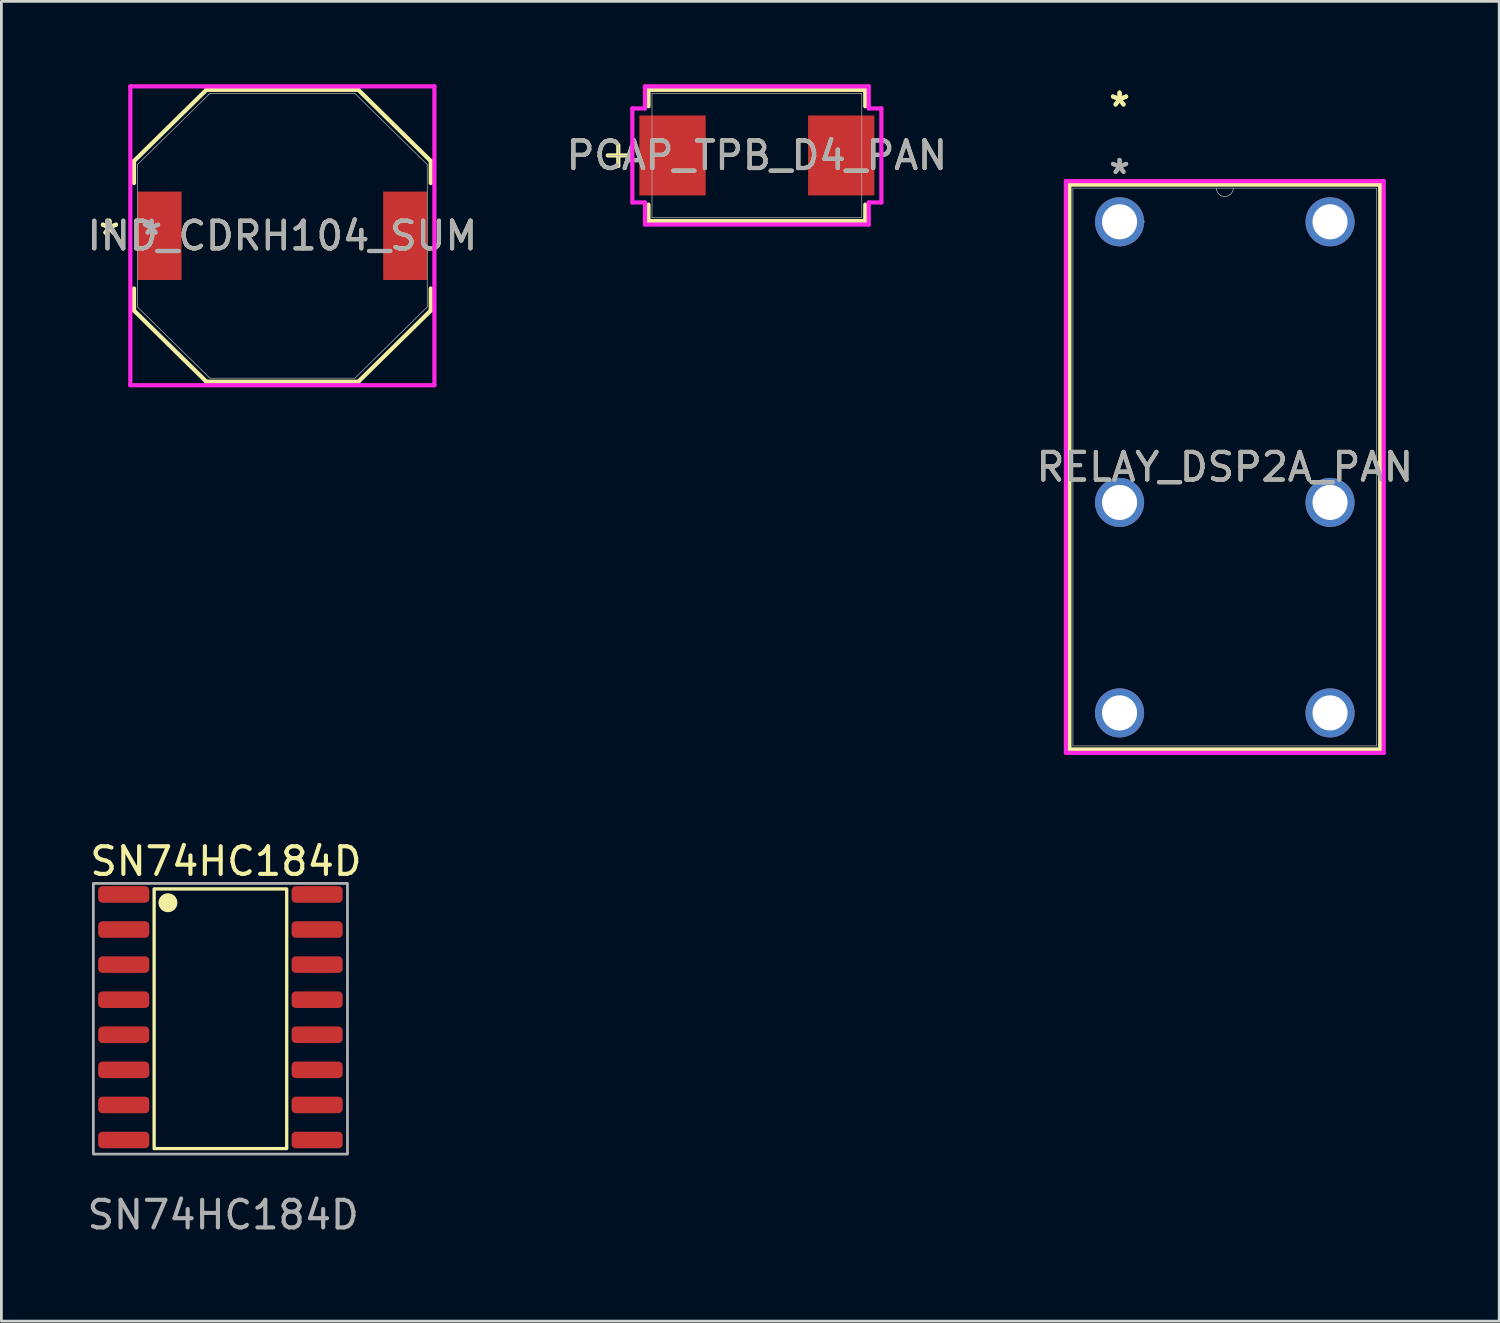
<source format=kicad_pcb>
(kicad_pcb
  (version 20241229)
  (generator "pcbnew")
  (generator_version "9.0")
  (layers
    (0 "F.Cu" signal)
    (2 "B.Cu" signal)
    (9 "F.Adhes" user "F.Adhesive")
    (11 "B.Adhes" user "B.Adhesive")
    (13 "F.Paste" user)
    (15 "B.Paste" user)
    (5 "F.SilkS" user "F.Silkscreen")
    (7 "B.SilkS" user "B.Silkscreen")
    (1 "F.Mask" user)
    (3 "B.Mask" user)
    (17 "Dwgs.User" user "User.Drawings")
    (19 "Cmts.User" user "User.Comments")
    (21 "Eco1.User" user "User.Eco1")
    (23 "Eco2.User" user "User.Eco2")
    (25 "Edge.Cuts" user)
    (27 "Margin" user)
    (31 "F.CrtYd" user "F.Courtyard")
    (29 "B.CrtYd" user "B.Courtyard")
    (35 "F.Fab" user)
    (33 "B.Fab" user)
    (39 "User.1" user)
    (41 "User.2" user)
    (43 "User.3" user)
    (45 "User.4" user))
  (footprint "IND_CDRH104_SUM"
    (layer "F.Cu")
    (at 7.173 5.486)
    (property "Reference" "IND_CDRH104_SUM" (at 0 0 0) (unlocked yes) (layer "F.SilkS") (effects (font (size 1 1) (thickness 0.15))))
    (attr smd)
    (fp_line (start -5.372 -2.705) (end -5.372 -1.91) (stroke (width 0.152) (type solid)) (layer "F.SilkS"))
    (fp_line (start -5.372 1.91) (end -5.372 2.705) (stroke (width 0.152) (type solid)) (layer "F.SilkS"))
    (fp_line (start -5.372 2.705) (end -2.75 5.283) (stroke (width 0.152) (type solid)) (layer "F.SilkS"))
    (fp_line (start -2.75 -5.283) (end -5.372 -2.705) (stroke (width 0.152) (type solid)) (layer "F.SilkS"))
    (fp_line (start -2.75 5.283) (end 2.75 5.283) (stroke (width 0.152) (type solid)) (layer "F.SilkS"))
    (fp_line (start 2.75 -5.283) (end -2.75 -5.283) (stroke (width 0.152) (type solid)) (layer "F.SilkS"))
    (fp_line (start 2.75 5.283) (end 5.372 2.705) (stroke (width 0.152) (type solid)) (layer "F.SilkS"))
    (fp_line (start 5.372 -2.705) (end 2.75 -5.283) (stroke (width 0.152) (type solid)) (layer "F.SilkS"))
    (fp_line (start 5.372 -1.91) (end 5.372 -2.705) (stroke (width 0.152) (type solid)) (layer "F.SilkS"))
    (fp_line (start 5.372 2.705) (end 5.372 1.91) (stroke (width 0.152) (type solid)) (layer "F.SilkS"))
    (fp_line (start -5.504 -5.41) (end 5.504 -5.41) (stroke (width 0.152) (type solid)) (layer "F.CrtYd"))
    (fp_line (start -5.504 5.41) (end -5.504 -5.41) (stroke (width 0.152) (type solid)) (layer "F.CrtYd"))
    (fp_line (start 5.504 -5.41) (end 5.504 5.41) (stroke (width 0.152) (type solid)) (layer "F.CrtYd"))
    (fp_line (start 5.504 5.41) (end -5.504 5.41) (stroke (width 0.152) (type solid)) (layer "F.CrtYd"))
    (fp_line (start -5.245 -2.578) (end -5.245 2.578) (stroke (width 0.025) (type solid)) (layer "F.Fab"))
    (fp_line (start -5.245 2.578) (end -2.623 5.156) (stroke (width 0.025) (type solid)) (layer "F.Fab"))
    (fp_line (start -2.623 -5.156) (end -5.245 -2.578) (stroke (width 0.025) (type solid)) (layer "F.Fab"))
    (fp_line (start -2.623 5.156) (end 2.623 5.156) (stroke (width 0.025) (type solid)) (layer "F.Fab"))
    (fp_line (start 2.623 -5.156) (end -2.623 -5.156) (stroke (width 0.025) (type solid)) (layer "F.Fab"))
    (fp_line (start 2.623 5.156) (end 5.245 2.578) (stroke (width 0.025) (type solid)) (layer "F.Fab"))
    (fp_line (start 5.245 -2.578) (end 2.623 -5.156) (stroke (width 0.025) (type solid)) (layer "F.Fab"))
    (fp_line (start 5.245 2.578) (end 5.245 -2.578) (stroke (width 0.025) (type solid)) (layer "F.Fab"))
    (fp_text user "*" (at -6.261 0 0) (unlocked yes) (layer "F.SilkS") (effects (font (size 1 1) (thickness 0.15))))
    (fp_text user "*" (at -6.261 0 0) (layer "F.SilkS") (effects (font (size 1 1) (thickness 0.15))))
    (fp_text user "*" (at -4.737 0 0) (layer "F.Fab") (effects (font (size 1 1) (thickness 0.15))))
    (fp_text user "*" (at -4.737 0 0) (unlocked yes) (layer "F.Fab") (effects (font (size 1 1) (thickness 0.15))))
    (fp_text user "${REFERENCE}" (at 0 0 0) (unlocked yes) (layer "F.Fab") (effects (font (size 1 1) (thickness 0.15))))
    (pad "1" smd rect (at -4.45 0) (size 1.6 3.2) (layers "F.Cu" "F.Mask" "F.Paste"))
    (pad "2" smd rect (at 4.45 0) (size 1.6 3.2) (layers "F.Cu" "F.Mask" "F.Paste")))
  (footprint "SN74HC184D"
    (layer "F.Cu")
    (at 8.43 29.332)
    (property "Reference" "SN74HC184D" (at -3.3 -1.2 0) (unlocked yes) (layer "F.SilkS") (effects (font (size 1 1) (thickness 0.15))))
    (attr smd)
    (fp_rect (start -5.9 -0.2) (end -1.1 9.2) (stroke (width 0.12) (type solid)) (fill no) (layer "F.SilkS"))
    (fp_circle (center -5.4 0.3) (end -5.117 0.3) (stroke (width 0.12) (type solid)) (fill yes) (layer "F.SilkS"))
    (fp_rect (start -8.1 -0.4) (end 1.1 9.4) (stroke (width 0.1) (type solid)) (fill no) (layer "F.Fab"))
    (fp_text user "${REFERENCE}" (at -3.4 11.6 0) (unlocked yes) (layer "F.Fab") (effects (font (size 1 1) (thickness 0.15))))
    (pad "1" smd roundrect (at -7 0) (size 1.85 0.6) (layers "F.Cu" "F.Mask" "F.Paste") (roundrect_rratio 0.25))
    (pad "2" smd roundrect (at -7 1.27) (size 1.85 0.6) (layers "F.Cu" "F.Mask" "F.Paste") (roundrect_rratio 0.25))
    (pad "3" smd roundrect (at -7 2.54) (size 1.85 0.6) (layers "F.Cu" "F.Mask" "F.Paste") (roundrect_rratio 0.25))
    (pad "4" smd roundrect (at -7 3.81) (size 1.85 0.6) (layers "F.Cu" "F.Mask" "F.Paste") (roundrect_rratio 0.25))
    (pad "5" smd roundrect (at -7 5.08) (size 1.85 0.6) (layers "F.Cu" "F.Mask" "F.Paste") (roundrect_rratio 0.25))
    (pad "6" smd roundrect (at -7 6.35) (size 1.85 0.6) (layers "F.Cu" "F.Mask" "F.Paste") (roundrect_rratio 0.25))
    (pad "7" smd roundrect (at -7 7.62) (size 1.85 0.6) (layers "F.Cu" "F.Mask" "F.Paste") (roundrect_rratio 0.25))
    (pad "8" smd roundrect (at -7 8.89) (size 1.85 0.6) (layers "F.Cu" "F.Mask" "F.Paste") (roundrect_rratio 0.25))
    (pad "9" smd roundrect (at 0 8.89) (size 1.85 0.6) (layers "F.Cu" "F.Mask" "F.Paste") (roundrect_rratio 0.25))
    (pad "10" smd roundrect (at 0 7.62) (size 1.85 0.6) (layers "F.Cu" "F.Mask" "F.Paste") (roundrect_rratio 0.25))
    (pad "11" smd roundrect (at 0 6.35) (size 1.85 0.6) (layers "F.Cu" "F.Mask" "F.Paste") (roundrect_rratio 0.25))
    (pad "12" smd roundrect (at 0 5.08) (size 1.85 0.6) (layers "F.Cu" "F.Mask" "F.Paste") (roundrect_rratio 0.25))
    (pad "13" smd roundrect (at 0 3.81) (size 1.85 0.6) (layers "F.Cu" "F.Mask" "F.Paste") (roundrect_rratio 0.25))
    (pad "14" smd roundrect (at 0 2.54) (size 1.85 0.6) (layers "F.Cu" "F.Mask" "F.Paste") (roundrect_rratio 0.25))
    (pad "15" smd roundrect (at 0 1.27) (size 1.85 0.6) (layers "F.Cu" "F.Mask" "F.Paste") (roundrect_rratio 0.25))
    (pad "16" smd roundrect (at 0 0) (size 1.85 0.6) (layers "F.Cu" "F.Mask" "F.Paste") (roundrect_rratio 0.25)))
  (footprint "RELAY_DSP2A_PAN"
    (layer "F.Cu")
    (at 37.482 4.98)
    (property "Reference" "RELAY_DSP2A_PAN" (at 3.81 8.877 0) (unlocked yes) (layer "F.SilkS") (effects (font (size 1 1) (thickness 0.15))))
    (attr through_hole)
    (fp_line (start -1.816 -1.346) (end -1.816 19.101) (stroke (width 0.152) (type solid)) (layer "F.SilkS"))
    (fp_line (start -1.816 19.101) (end 9.436 19.101) (stroke (width 0.152) (type solid)) (layer "F.SilkS"))
    (fp_line (start 9.436 -1.346) (end -1.816 -1.346) (stroke (width 0.152) (type solid)) (layer "F.SilkS"))
    (fp_line (start 9.436 19.101) (end 9.436 -1.346) (stroke (width 0.152) (type solid)) (layer "F.SilkS"))
    (fp_line (start -1.943 -1.473) (end 9.563 -1.473) (stroke (width 0.152) (type solid)) (layer "F.CrtYd"))
    (fp_line (start -1.943 19.228) (end -1.943 -1.473) (stroke (width 0.152) (type solid)) (layer "F.CrtYd"))
    (fp_line (start 9.563 -1.473) (end 9.563 19.228) (stroke (width 0.152) (type solid)) (layer "F.CrtYd"))
    (fp_line (start 9.563 19.228) (end -1.943 19.228) (stroke (width 0.152) (type solid)) (layer "F.CrtYd"))
    (fp_line (start -1.689 -1.219) (end -1.689 18.974) (stroke (width 0.025) (type solid)) (layer "F.Fab"))
    (fp_line (start -1.689 18.974) (end 9.309 18.974) (stroke (width 0.025) (type solid)) (layer "F.Fab"))
    (fp_line (start 9.309 -1.219) (end -1.689 -1.219) (stroke (width 0.025) (type solid)) (layer "F.Fab"))
    (fp_line (start 9.309 18.974) (end 9.309 -1.219) (stroke (width 0.025) (type solid)) (layer "F.Fab"))
    (fp_arc (start 4.1148 -1.2192) (mid 3.81 -0.9144) (end 3.5052 -1.2192) (stroke (width 0.0254) (type solid)) (layer "F.Fab"))
    (fp_circle (center 0.889 0) (end 0.889 0) (stroke (width 0.025) (type solid)) (fill no) (layer "F.Fab"))
    (fp_text user "*" (at 0 -4.132 0) (unlocked yes) (layer "F.SilkS") (effects (font (size 1 1) (thickness 0.15))))
    (fp_text user "*" (at 0 -4.132 0) (layer "F.SilkS") (effects (font (size 1 1) (thickness 0.15))))
    (fp_text user "${REFERENCE}" (at 3.81 8.877 0) (unlocked yes) (layer "F.Fab") (effects (font (size 1 1) (thickness 0.15))))
    (fp_text user "*" (at 0 -1.693 0) (unlocked yes) (layer "F.Fab") (effects (font (size 1 1) (thickness 0.15))))
    (fp_text user "*" (at 0 -1.693 0) (layer "F.Fab") (effects (font (size 1 1) (thickness 0.15))))
    (pad "1" thru_hole circle (at 0 0) (size 1.778 1.778) (drill 1.27) (layers "*.Cu" "*.Mask"))
    (pad "5" thru_hole circle (at 0 10.16) (size 1.778 1.778) (drill 1.27) (layers "*.Cu" "*.Mask"))
    (pad "8" thru_hole circle (at 0 17.78) (size 1.778 1.778) (drill 1.27) (layers "*.Cu" "*.Mask"))
    (pad "9" thru_hole circle (at 7.62 17.78) (size 1.778 1.778) (drill 1.27) (layers "*.Cu" "*.Mask"))
    (pad "12" thru_hole circle (at 7.62 10.16) (size 1.778 1.778) (drill 1.27) (layers "*.Cu" "*.Mask"))
    (pad "16" thru_hole circle (at 7.62 0) (size 1.778 1.778) (drill 1.27) (layers "*.Cu" "*.Mask")))
  (footprint "PCAP_TPB_D4_PAN"
    (layer "F.Cu")
    (at 24.351 2.578)
    (property "Reference" "PCAP_TPB_D4_PAN" (at 0 0 0) (unlocked yes) (layer "F.SilkS") (effects (font (size 1 1) (thickness 0.15))))
    (attr smd)
    (fp_line (start -5.016 -0.381) (end -5.016 0.381) (stroke (width 0.152) (type solid)) (layer "F.SilkS"))
    (fp_line (start -4.636 0) (end -5.397 0) (stroke (width 0.152) (type solid)) (layer "F.SilkS"))
    (fp_line (start -3.924 -2.375) (end -3.924 -1.781) (stroke (width 0.152) (type solid)) (layer "F.SilkS"))
    (fp_line (start -3.924 1.781) (end -3.924 2.375) (stroke (width 0.152) (type solid)) (layer "F.SilkS"))
    (fp_line (start -3.924 2.375) (end 3.924 2.375) (stroke (width 0.152) (type solid)) (layer "F.SilkS"))
    (fp_line (start 3.924 -2.375) (end -3.924 -2.375) (stroke (width 0.152) (type solid)) (layer "F.SilkS"))
    (fp_line (start 3.924 -1.781) (end 3.924 -2.375) (stroke (width 0.152) (type solid)) (layer "F.SilkS"))
    (fp_line (start 3.924 2.375) (end 3.924 1.781) (stroke (width 0.152) (type solid)) (layer "F.SilkS"))
    (fp_line (start -4.508 -1.702) (end -4.051 -1.702) (stroke (width 0.152) (type solid)) (layer "F.CrtYd"))
    (fp_line (start -4.508 1.702) (end -4.508 -1.702) (stroke (width 0.152) (type solid)) (layer "F.CrtYd"))
    (fp_line (start -4.051 -2.502) (end 4.051 -2.502) (stroke (width 0.152) (type solid)) (layer "F.CrtYd"))
    (fp_line (start -4.051 -1.702) (end -4.051 -2.502) (stroke (width 0.152) (type solid)) (layer "F.CrtYd"))
    (fp_line (start -4.051 1.702) (end -4.508 1.702) (stroke (width 0.152) (type solid)) (layer "F.CrtYd"))
    (fp_line (start -4.051 2.502) (end -4.051 1.702) (stroke (width 0.152) (type solid)) (layer "F.CrtYd"))
    (fp_line (start 4.051 -2.502) (end 4.051 -1.702) (stroke (width 0.152) (type solid)) (layer "F.CrtYd"))
    (fp_line (start 4.051 -1.702) (end 4.508 -1.702) (stroke (width 0.152) (type solid)) (layer "F.CrtYd"))
    (fp_line (start 4.051 1.702) (end 4.051 2.502) (stroke (width 0.152) (type solid)) (layer "F.CrtYd"))
    (fp_line (start 4.051 2.502) (end -4.051 2.502) (stroke (width 0.152) (type solid)) (layer "F.CrtYd"))
    (fp_line (start 4.508 -1.702) (end 4.508 1.702) (stroke (width 0.152) (type solid)) (layer "F.CrtYd"))
    (fp_line (start 4.508 1.702) (end 4.051 1.702) (stroke (width 0.152) (type solid)) (layer "F.CrtYd"))
    (fp_line (start -5.016 -0.381) (end -5.016 0.381) (stroke (width 0.025) (type solid)) (layer "F.Fab"))
    (fp_line (start -4.636 0) (end -5.397 0) (stroke (width 0.025) (type solid)) (layer "F.Fab"))
    (fp_line (start -3.797 -2.248) (end -3.797 2.248) (stroke (width 0.025) (type solid)) (layer "F.Fab"))
    (fp_line (start -3.797 2.248) (end 3.797 2.248) (stroke (width 0.025) (type solid)) (layer "F.Fab"))
    (fp_line (start 3.797 -2.248) (end -3.797 -2.248) (stroke (width 0.025) (type solid)) (layer "F.Fab"))
    (fp_line (start 3.797 2.248) (end 3.797 -2.248) (stroke (width 0.025) (type solid)) (layer "F.Fab"))
    (fp_text user "${REFERENCE}" (at 0 0 0) (unlocked yes) (layer "F.Fab") (effects (font (size 1 1) (thickness 0.15))))
    (pad "1" smd rect (at -3.054 0) (size 2.4 2.896) (layers "F.Cu" "F.Mask" "F.Paste"))
    (pad "2" smd rect (at 3.054 0) (size 2.4 2.896) (layers "F.Cu" "F.Mask" "F.Paste"))
    (zone (net_name "") (layer "F.Cu") (hatch full 0.508) (connect_pads) (min_thickness 0.254) (filled_areas_thickness no) (keepout (tracks not_allowed) (vias not_allowed) (pads allowed) (copperpour not_allowed) (footprints allowed)) (placement (enabled no)) (fill) (polygon (pts (xy 22.548 0.381) (xy 26.155 0.381) (xy 26.155 4.775) (xy 22.548 4.775)))))
  (gr_rect
    (start -3 -3)
    (end 51.226 44.78)
    (stroke (width 0.1) (type default))
    (fill no)
    (layer "Edge.Cuts")))
</source>
